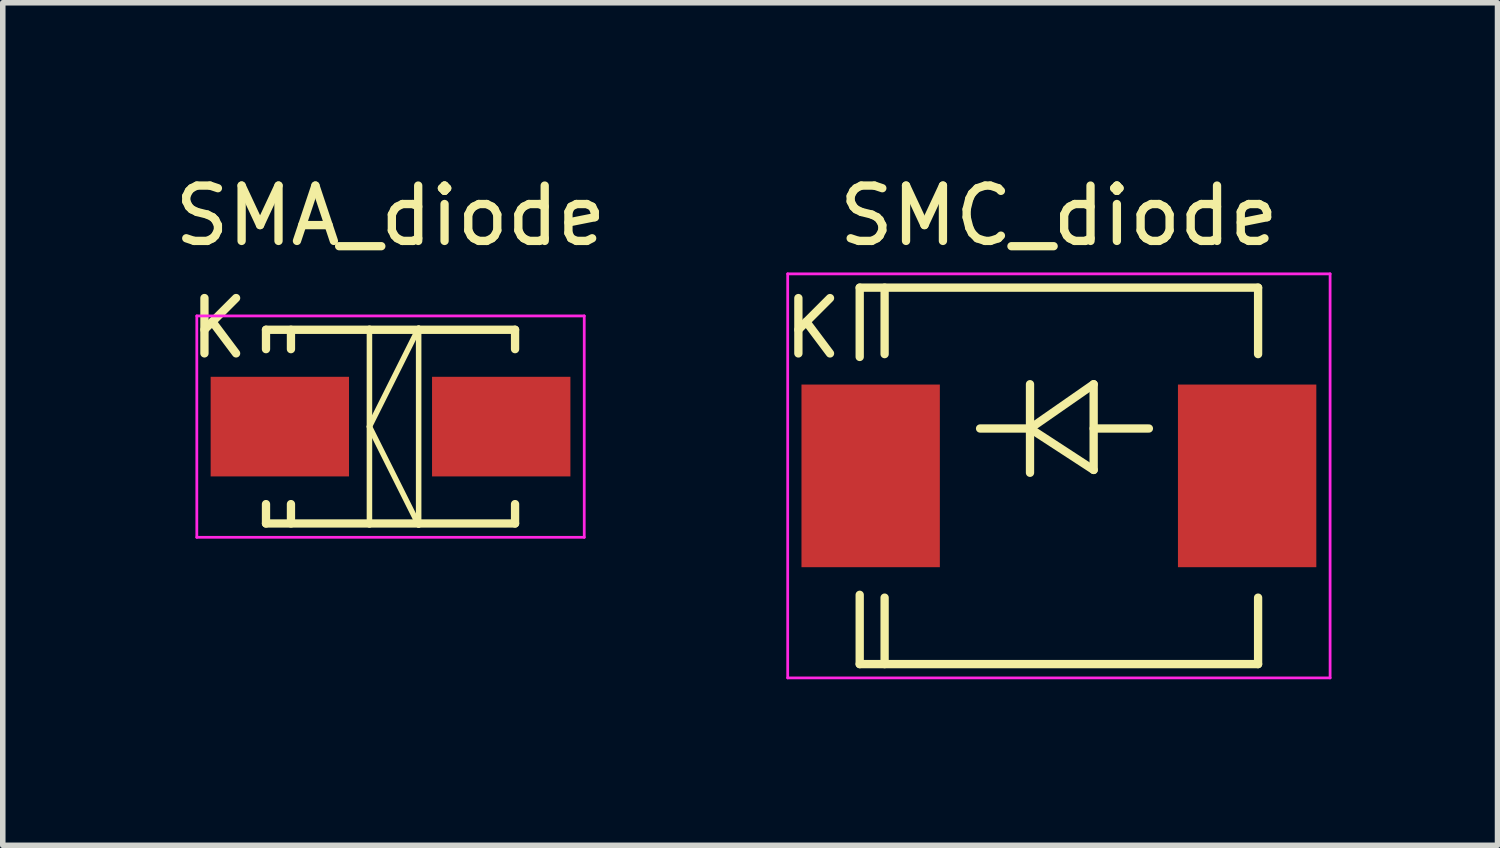
<source format=kicad_pcb>
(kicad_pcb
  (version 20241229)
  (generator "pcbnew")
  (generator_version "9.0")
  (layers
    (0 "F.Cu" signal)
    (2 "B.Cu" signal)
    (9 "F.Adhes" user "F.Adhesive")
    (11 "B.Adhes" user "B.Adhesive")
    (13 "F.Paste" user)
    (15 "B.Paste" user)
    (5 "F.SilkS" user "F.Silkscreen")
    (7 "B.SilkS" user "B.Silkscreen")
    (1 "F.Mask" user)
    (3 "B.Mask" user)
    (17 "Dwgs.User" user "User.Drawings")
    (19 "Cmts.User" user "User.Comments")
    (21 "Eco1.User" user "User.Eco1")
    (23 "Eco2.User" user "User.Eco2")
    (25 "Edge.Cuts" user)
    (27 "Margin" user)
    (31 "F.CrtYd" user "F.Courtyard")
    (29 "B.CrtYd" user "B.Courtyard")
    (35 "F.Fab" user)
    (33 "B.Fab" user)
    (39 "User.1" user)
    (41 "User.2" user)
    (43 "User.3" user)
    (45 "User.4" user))
  (footprint "SMC_diode"
    (layer "F.Cu")
    (at 16.082 5.548)
    (property "Reference" "SMC_diode" (at 0 -4.7 0) (layer "F.SilkS") (effects (font (size 1 1) (thickness 0.15))))
    (attr smd)
    (fp_line (start -3.599 -3.401) (end -3.599 -2.149) (stroke (width 0.15) (type solid)) (layer "F.SilkS"))
    (fp_line (start -3.599 -3.401) (end 3.599 -3.401) (stroke (width 0.15) (type solid)) (layer "F.SilkS"))
    (fp_line (start -3.599 3.401) (end -3.599 2.149) (stroke (width 0.15) (type solid)) (layer "F.SilkS"))
    (fp_line (start -3.599 3.401) (end 3.599 3.401) (stroke (width 0.15) (type solid)) (layer "F.SilkS"))
    (fp_line (start -3.149 -3.401) (end -3.149 -2.2) (stroke (width 0.15) (type solid)) (layer "F.SilkS"))
    (fp_line (start -3.149 3.401) (end -3.149 2.2) (stroke (width 0.15) (type solid)) (layer "F.SilkS"))
    (fp_line (start -0.522 -1.656) (end -0.522 -0.056) (stroke (width 0.15) (type solid)) (layer "F.SilkS"))
    (fp_line (start -0.522 -0.856) (end -1.424 -0.856) (stroke (width 0.15) (type solid)) (layer "F.SilkS"))
    (fp_line (start -0.522 -0.856) (end 0.628 -1.656) (stroke (width 0.15) (type solid)) (layer "F.SilkS"))
    (fp_line (start -0.522 -0.856) (end 0.628 -0.107) (stroke (width 0.15) (type solid)) (layer "F.SilkS"))
    (fp_line (start 0.628 -0.856) (end 1.626 -0.856) (stroke (width 0.15) (type solid)) (layer "F.SilkS"))
    (fp_line (start 0.628 -0.107) (end 0.628 -1.656) (stroke (width 0.15) (type solid)) (layer "F.SilkS"))
    (fp_line (start 3.599 -3.401) (end 3.599 -2.2) (stroke (width 0.15) (type solid)) (layer "F.SilkS"))
    (fp_line (start 3.599 3.401) (end 3.599 2.2) (stroke (width 0.15) (type solid)) (layer "F.SilkS"))
    (fp_line (start -4.9 -3.65) (end 4.9 -3.65) (stroke (width 0.05) (type solid)) (layer "F.CrtYd"))
    (fp_line (start -4.9 3.65) (end -4.9 -3.65) (stroke (width 0.05) (type solid)) (layer "F.CrtYd"))
    (fp_line (start 4.9 -3.65) (end 4.9 3.65) (stroke (width 0.05) (type solid)) (layer "F.CrtYd"))
    (fp_line (start 4.9 3.65) (end -4.9 3.65) (stroke (width 0.05) (type solid)) (layer "F.CrtYd"))
    (fp_text user "K" (at -4.445 -2.667 0) (layer "F.SilkS") (effects (font (size 1 1) (thickness 0.15))))
    (pad "1" smd rect (at -3.401 0 90) (size 3.3 2.5) (layers "F.Cu" "F.Mask" "F.Paste"))
    (pad "2" smd rect (at 3.401 0 90) (size 3.3 2.5) (layers "F.Cu" "F.Mask" "F.Paste")))
  (footprint "SMA_diode"
    (layer "F.Cu")
    (at 4.006 4.658)
    (property "Reference" "SMA_diode" (at 0 -3.81 0) (layer "F.SilkS") (effects (font (size 1 1) (thickness 0.15))))
    (attr smd)
    (fp_line (start -2.25 -1.75) (end -2.25 -1.4) (stroke (width 0.15) (type solid)) (layer "F.SilkS"))
    (fp_line (start -2.25 -1.75) (end 2.25 -1.75) (stroke (width 0.15) (type solid)) (layer "F.SilkS"))
    (fp_line (start -2.25 1.75) (end -2.25 1.4) (stroke (width 0.15) (type solid)) (layer "F.SilkS"))
    (fp_line (start -2.25 1.75) (end 2.25 1.75) (stroke (width 0.15) (type solid)) (layer "F.SilkS"))
    (fp_line (start -1.799 -1.75) (end -1.799 -1.4) (stroke (width 0.15) (type solid)) (layer "F.SilkS"))
    (fp_line (start -1.799 1.75) (end -1.799 1.4) (stroke (width 0.15) (type solid)) (layer "F.SilkS"))
    (fp_line (start -0.381 -1.778) (end -0.381 1.778) (stroke (width 0.1) (type solid)) (layer "F.SilkS"))
    (fp_line (start -0.381 0) (end 0.508 1.778) (stroke (width 0.1) (type solid)) (layer "F.SilkS"))
    (fp_line (start 0.508 -1.778) (end -0.381 0) (stroke (width 0.1) (type solid)) (layer "F.SilkS"))
    (fp_line (start 0.508 -1.778) (end 0.508 1.778) (stroke (width 0.1) (type solid)) (layer "F.SilkS"))
    (fp_line (start 2.25 -1.75) (end 2.25 -1.4) (stroke (width 0.15) (type solid)) (layer "F.SilkS"))
    (fp_line (start 2.25 1.75) (end 2.25 1.4) (stroke (width 0.15) (type solid)) (layer "F.SilkS"))
    (fp_line (start -3.5 -2) (end 3.5 -2) (stroke (width 0.05) (type solid)) (layer "F.CrtYd"))
    (fp_line (start -3.5 2) (end -3.5 -2) (stroke (width 0.05) (type solid)) (layer "F.CrtYd"))
    (fp_line (start 3.5 -2) (end 3.5 2) (stroke (width 0.05) (type solid)) (layer "F.CrtYd"))
    (fp_line (start 3.5 2) (end -3.5 2) (stroke (width 0.05) (type solid)) (layer "F.CrtYd"))
    (fp_text user "K" (at -3.1 -1.778 0) (layer "F.SilkS") (effects (font (size 1 1) (thickness 0.15))))
    (pad "1" smd rect (at -2 0) (size 2.5 1.8) (layers "F.Cu" "F.Mask" "F.Paste"))
    (pad "2" smd rect (at 2 0) (size 2.5 1.8) (layers "F.Cu" "F.Mask" "F.Paste")))
  (gr_rect
    (start -3 -3)
    (end 24.007 12.223)
    (stroke (width 0.1) (type default))
    (fill no)
    (layer "Edge.Cuts")))
</source>
